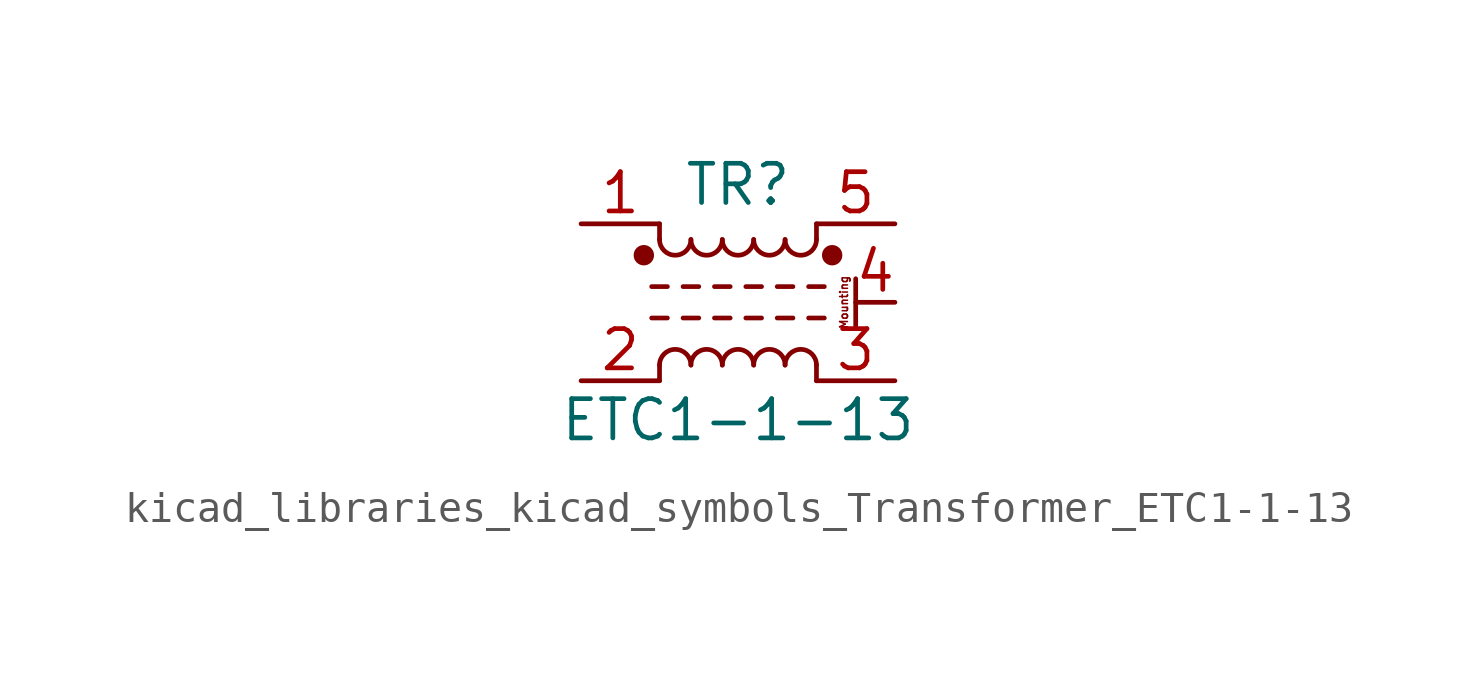
<source format=kicad_sym>
(kicad_symbol_lib
  (version 20220914)
  (generator kicad_symbol_editor)
  (symbol "kicad_libraries_kicad_symbols_Transformer_ETC1-1-13"
    (pin_names hide)
    (property "Reference" "TR"
      (at 0 3.81 0)
      (effects (font (size 1.27 1.27))))
    (property "Value" "ETC1-1-13"
      (at 0 -3.81 0)
      (effects (font (size 1.27 1.27))))
    (symbol "kicad_libraries_kicad_symbols_Transformer_ETC1-1-13_0_0"
      (polyline (pts (xy 3.81 0.762) (xy 3.81 -0.762)) (stroke (width 0) (type default)) (fill (type none)))
      (text "Mounting" (at 3.429 0 900) (effects (font (size 0.254 0.254) bold))))
    (symbol "kicad_libraries_kicad_symbols_Transformer_ETC1-1-13_1_1"
      (circle (center -3.048 1.524) (radius 0.254) (stroke (width 0) (type default)) (fill (type outline)))
      (arc (start -2.54 2.032) (mid -2.032 1.5262) (end -1.524 2.032) (stroke (width 0) (type default)) (fill (type none)))
      (arc (start -1.524 -2.032) (mid -2.032 -1.5262) (end -2.54 -2.032) (stroke (width 0) (type default)) (fill (type none)))
      (arc (start -1.524 2.032) (mid -1.016 1.5262) (end -0.508 2.032) (stroke (width 0) (type default)) (fill (type none)))
      (arc (start -0.508 -2.032) (mid -1.016 -1.5262) (end -1.524 -2.032) (stroke (width 0) (type default)) (fill (type none)))
      (arc (start -0.508 2.032) (mid 0 1.5262) (end 0.508 2.032) (stroke (width 0) (type default)) (fill (type none)))
      (polyline (pts (xy -2.794 -0.508) (xy -2.286 -0.508)) (stroke (width 0) (type default)) (fill (type none)))
      (polyline (pts (xy -2.794 0.508) (xy -2.286 0.508)) (stroke (width 0) (type default)) (fill (type none)))
      (polyline (pts (xy -2.54 -2.032) (xy -2.54 -2.54)) (stroke (width 0) (type default)) (fill (type none)))
      (polyline (pts (xy -2.54 2.032) (xy -2.54 2.54)) (stroke (width 0) (type default)) (fill (type none)))
      (polyline (pts (xy -1.778 -0.508) (xy -1.27 -0.508)) (stroke (width 0) (type default)) (fill (type none)))
      (polyline (pts (xy -1.778 0.508) (xy -1.27 0.508)) (stroke (width 0) (type default)) (fill (type none)))
      (polyline (pts (xy -0.762 -0.508) (xy -0.254 -0.508)) (stroke (width 0) (type default)) (fill (type none)))
      (polyline (pts (xy -0.762 0.508) (xy -0.254 0.508)) (stroke (width 0) (type default)) (fill (type none)))
      (polyline (pts (xy 0.254 -0.508) (xy 0.762 -0.508)) (stroke (width 0) (type default)) (fill (type none)))
      (polyline (pts (xy 0.254 0.508) (xy 0.762 0.508)) (stroke (width 0) (type default)) (fill (type none)))
      (polyline (pts (xy 1.27 -0.508) (xy 1.778 -0.508)) (stroke (width 0) (type default)) (fill (type none)))
      (polyline (pts (xy 1.27 0.508) (xy 1.778 0.508)) (stroke (width 0) (type default)) (fill (type none)))
      (polyline (pts (xy 2.286 -0.508) (xy 2.794 -0.508)) (stroke (width 0) (type default)) (fill (type none)))
      (polyline (pts (xy 2.286 0.508) (xy 2.794 0.508)) (stroke (width 0) (type default)) (fill (type none)))
      (polyline (pts (xy 2.54 -2.032) (xy 2.54 -2.54)) (stroke (width 0) (type default)) (fill (type none)))
      (polyline (pts (xy 2.54 2.54) (xy 2.54 2.032)) (stroke (width 0) (type default)) (fill (type none)))
      (arc (start 0.508 -2.032) (mid 0 -1.5262) (end -0.508 -2.032) (stroke (width 0) (type default)) (fill (type none)))
      (arc (start 0.508 2.032) (mid 1.016 1.5262) (end 1.524 2.032) (stroke (width 0) (type default)) (fill (type none)))
      (arc (start 1.524 -2.032) (mid 1.016 -1.5262) (end 0.508 -2.032) (stroke (width 0) (type default)) (fill (type none)))
      (arc (start 1.524 2.032) (mid 2.032 1.5262) (end 2.54 2.032) (stroke (width 0) (type default)) (fill (type none)))
      (arc (start 2.54 -2.032) (mid 2.032 -1.5262) (end 1.524 -2.032) (stroke (width 0) (type default)) (fill (type none)))
      (circle (center 3.048 1.524) (radius 0.254) (stroke (width 0) (type default)) (fill (type outline)))
      (pin passive line (at -5.08 2.54 0) (length 2.54) (name "~" (effects (font (size 1.27 1.27)))) (number "1" (effects (font (size 1.27 1.27)))))
      (pin passive line (at -5.08 -2.54 0) (length 2.54) (name "~" (effects (font (size 1.27 1.27)))) (number "2" (effects (font (size 1.27 1.27)))))
      (pin passive line (at 5.08 -2.54 180) (length 2.54) (name "~" (effects (font (size 1.27 1.27)))) (number "3" (effects (font (size 1.27 1.27)))))
      (pin passive line (at 5.08 0 180) (length 1.27) (name "MP" (effects (font (size 1.27 1.27)))) (number "4" (effects (font (size 1.27 1.27)))))
      (pin passive line (at 5.08 2.54 180) (length 2.54) (name "~" (effects (font (size 1.27 1.27)))) (number "5" (effects (font (size 1.27 1.27))))))))
</source>
